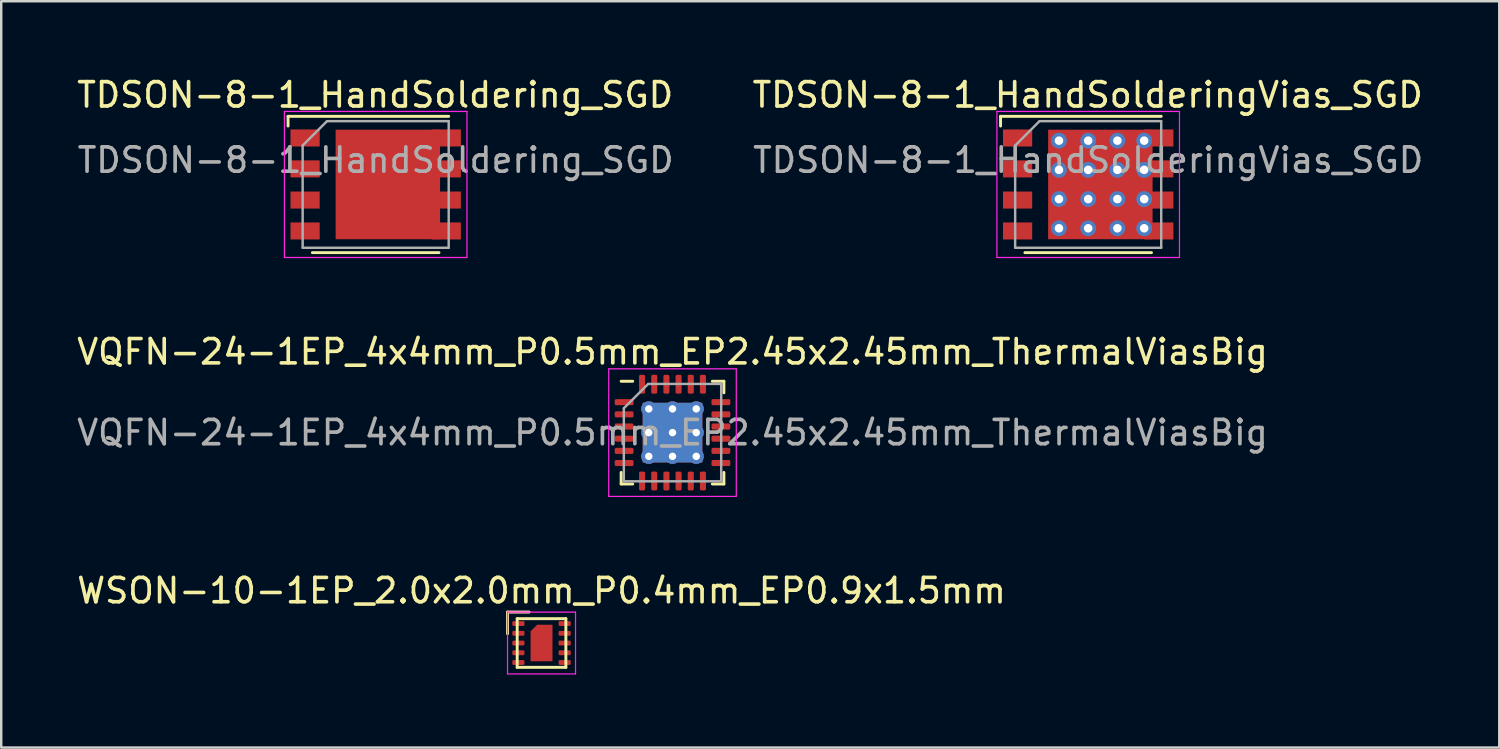
<source format=kicad_pcb>
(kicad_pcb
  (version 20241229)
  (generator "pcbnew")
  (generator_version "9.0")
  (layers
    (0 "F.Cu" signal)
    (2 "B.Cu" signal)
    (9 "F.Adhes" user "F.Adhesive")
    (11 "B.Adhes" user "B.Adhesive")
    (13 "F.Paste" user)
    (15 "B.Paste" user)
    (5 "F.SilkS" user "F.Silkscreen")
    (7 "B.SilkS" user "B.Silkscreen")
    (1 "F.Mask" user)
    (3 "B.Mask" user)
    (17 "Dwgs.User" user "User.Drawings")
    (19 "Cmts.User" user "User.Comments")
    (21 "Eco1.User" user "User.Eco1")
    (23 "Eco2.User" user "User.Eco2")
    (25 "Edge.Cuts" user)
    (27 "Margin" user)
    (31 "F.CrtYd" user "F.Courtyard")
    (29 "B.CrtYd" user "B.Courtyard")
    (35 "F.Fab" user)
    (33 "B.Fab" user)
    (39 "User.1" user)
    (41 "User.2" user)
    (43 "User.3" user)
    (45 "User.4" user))
  (footprint "VQFN-24-1EP_4x4mm_P0.5mm_EP2.45x2.45mm_ThermalViasBig"
    (layer "F.Cu")
    (at 24.577 14.722)
    (property "Reference" "VQFN-24-1EP_4x4mm_P0.5mm_EP2.45x2.45mm_ThermalViasBig" (at 0 -3.32 0) (layer "F.SilkS") (effects (font (size 1 1) (thickness 0.15))))
    (attr smd)
    (fp_line (start -2.11 2.11) (end -2.11 1.635) (stroke (width 0.12) (type solid)) (layer "F.SilkS"))
    (fp_line (start -1.635 -2.11) (end -2.11 -2.11) (stroke (width 0.12) (type solid)) (layer "F.SilkS"))
    (fp_line (start -1.635 2.11) (end -2.11 2.11) (stroke (width 0.12) (type solid)) (layer "F.SilkS"))
    (fp_line (start 1.635 -2.11) (end 2.11 -2.11) (stroke (width 0.12) (type solid)) (layer "F.SilkS"))
    (fp_line (start 1.635 2.11) (end 2.11 2.11) (stroke (width 0.12) (type solid)) (layer "F.SilkS"))
    (fp_line (start 2.11 -2.11) (end 2.11 -1.635) (stroke (width 0.12) (type solid)) (layer "F.SilkS"))
    (fp_line (start 2.11 2.11) (end 2.11 1.635) (stroke (width 0.12) (type solid)) (layer "F.SilkS"))
    (fp_line (start -2.62 -2.62) (end -2.62 2.62) (stroke (width 0.05) (type solid)) (layer "F.CrtYd"))
    (fp_line (start -2.62 2.62) (end 2.62 2.62) (stroke (width 0.05) (type solid)) (layer "F.CrtYd"))
    (fp_line (start 2.62 -2.62) (end -2.62 -2.62) (stroke (width 0.05) (type solid)) (layer "F.CrtYd"))
    (fp_line (start 2.62 2.62) (end 2.62 -2.62) (stroke (width 0.05) (type solid)) (layer "F.CrtYd"))
    (fp_line (start -2 -1) (end -1 -2) (stroke (width 0.1) (type solid)) (layer "F.Fab"))
    (fp_line (start -2 2) (end -2 -1) (stroke (width 0.1) (type solid)) (layer "F.Fab"))
    (fp_line (start -1 -2) (end 2 -2) (stroke (width 0.1) (type solid)) (layer "F.Fab"))
    (fp_line (start 2 -2) (end 2 2) (stroke (width 0.1) (type solid)) (layer "F.Fab"))
    (fp_line (start 2 2) (end -2 2) (stroke (width 0.1) (type solid)) (layer "F.Fab"))
    (fp_text user "${REFERENCE}" (at 0 0 0) (layer "F.Fab") (effects (font (size 1 1) (thickness 0.15))))
    (pad "" smd custom (at -0.487 -0.487) (size 0.756 0.756) (layers "F.Paste") (options (anchor circle)) (primitives (gr_poly (pts (xy 0.301 -0.175) (xy 0.301 0.175) (xy 0.175 0.301) (xy -0.175 0.301) (xy -0.301 0.175) (xy -0.301 -0.175) (xy -0.175 -0.301) (xy 0.175 -0.301)) (width 0.306) (fill yes))))
    (pad "" smd custom (at -0.487 0.487) (size 0.756 0.756) (layers "F.Paste") (options (anchor circle)) (primitives (gr_poly (pts (xy 0.301 -0.175) (xy 0.301 0.175) (xy 0.175 0.301) (xy -0.175 0.301) (xy -0.301 0.175) (xy -0.301 -0.175) (xy -0.175 -0.301) (xy 0.175 -0.301)) (width 0.306) (fill yes))))
    (pad "" smd custom (at 0.487 -0.487) (size 0.756 0.756) (layers "F.Paste") (options (anchor circle)) (primitives (gr_poly (pts (xy 0.301 -0.175) (xy 0.301 0.175) (xy 0.175 0.301) (xy -0.175 0.301) (xy -0.301 0.175) (xy -0.301 -0.175) (xy -0.175 -0.301) (xy 0.175 -0.301)) (width 0.306) (fill yes))))
    (pad "" smd custom (at 0.487 0.487) (size 0.756 0.756) (layers "F.Paste") (options (anchor circle)) (primitives (gr_poly (pts (xy 0.301 -0.175) (xy 0.301 0.175) (xy 0.175 0.301) (xy -0.175 0.301) (xy -0.301 0.175) (xy -0.301 -0.175) (xy -0.175 -0.301) (xy 0.175 -0.301)) (width 0.306) (fill yes))))
    (pad "1" smd roundrect (at -1.988 -1.25) (size 0.775 0.25) (layers "F.Cu" "F.Mask" "F.Paste") (roundrect_rratio 0.25))
    (pad "2" smd roundrect (at -1.988 -0.75) (size 0.775 0.25) (layers "F.Cu" "F.Mask" "F.Paste") (roundrect_rratio 0.25))
    (pad "3" smd roundrect (at -1.988 -0.25) (size 0.775 0.25) (layers "F.Cu" "F.Mask" "F.Paste") (roundrect_rratio 0.25))
    (pad "4" smd roundrect (at -1.988 0.25) (size 0.775 0.25) (layers "F.Cu" "F.Mask" "F.Paste") (roundrect_rratio 0.25))
    (pad "5" smd roundrect (at -1.988 0.75) (size 0.775 0.25) (layers "F.Cu" "F.Mask" "F.Paste") (roundrect_rratio 0.25))
    (pad "6" smd roundrect (at -1.988 1.25) (size 0.775 0.25) (layers "F.Cu" "F.Mask" "F.Paste") (roundrect_rratio 0.25))
    (pad "7" smd roundrect (at -1.25 1.988) (size 0.25 0.775) (layers "F.Cu" "F.Mask" "F.Paste") (roundrect_rratio 0.25))
    (pad "8" smd roundrect (at -0.75 1.988) (size 0.25 0.775) (layers "F.Cu" "F.Mask" "F.Paste") (roundrect_rratio 0.25))
    (pad "9" smd roundrect (at -0.25 1.988) (size 0.25 0.775) (layers "F.Cu" "F.Mask" "F.Paste") (roundrect_rratio 0.25))
    (pad "10" smd roundrect (at 0.25 1.988) (size 0.25 0.775) (layers "F.Cu" "F.Mask" "F.Paste") (roundrect_rratio 0.25))
    (pad "11" smd roundrect (at 0.75 1.988) (size 0.25 0.775) (layers "F.Cu" "F.Mask" "F.Paste") (roundrect_rratio 0.25))
    (pad "12" smd roundrect (at 1.25 1.988) (size 0.25 0.775) (layers "F.Cu" "F.Mask" "F.Paste") (roundrect_rratio 0.25))
    (pad "13" smd roundrect (at 1.988 1.25) (size 0.775 0.25) (layers "F.Cu" "F.Mask" "F.Paste") (roundrect_rratio 0.25))
    (pad "14" smd roundrect (at 1.988 0.75) (size 0.775 0.25) (layers "F.Cu" "F.Mask" "F.Paste") (roundrect_rratio 0.25))
    (pad "15" smd roundrect (at 1.988 0.25) (size 0.775 0.25) (layers "F.Cu" "F.Mask" "F.Paste") (roundrect_rratio 0.25))
    (pad "16" smd roundrect (at 1.988 -0.25) (size 0.775 0.25) (layers "F.Cu" "F.Mask" "F.Paste") (roundrect_rratio 0.25))
    (pad "17" smd roundrect (at 1.988 -0.75) (size 0.775 0.25) (layers "F.Cu" "F.Mask" "F.Paste") (roundrect_rratio 0.25))
    (pad "18" smd roundrect (at 1.988 -1.25) (size 0.775 0.25) (layers "F.Cu" "F.Mask" "F.Paste") (roundrect_rratio 0.25))
    (pad "19" smd roundrect (at 1.25 -1.988) (size 0.25 0.775) (layers "F.Cu" "F.Mask" "F.Paste") (roundrect_rratio 0.25))
    (pad "20" smd roundrect (at 0.75 -1.988) (size 0.25 0.775) (layers "F.Cu" "F.Mask" "F.Paste") (roundrect_rratio 0.25))
    (pad "21" smd roundrect (at 0.25 -1.988) (size 0.25 0.775) (layers "F.Cu" "F.Mask" "F.Paste") (roundrect_rratio 0.25))
    (pad "22" smd roundrect (at -0.25 -1.988) (size 0.25 0.775) (layers "F.Cu" "F.Mask" "F.Paste") (roundrect_rratio 0.25))
    (pad "23" smd roundrect (at -0.75 -1.988) (size 0.25 0.775) (layers "F.Cu" "F.Mask" "F.Paste") (roundrect_rratio 0.25))
    (pad "24" smd roundrect (at -1.25 -1.988) (size 0.25 0.775) (layers "F.Cu" "F.Mask" "F.Paste") (roundrect_rratio 0.25))
    (pad "25" thru_hole circle (at -0.975 -0.975) (size 0.625 0.625) (drill 0.305) (layers "*.Cu"))
    (pad "25" thru_hole circle (at -0.975 0) (size 0.625 0.625) (drill 0.305) (layers "*.Cu"))
    (pad "25" thru_hole circle (at -0.975 0.975) (size 0.625 0.625) (drill 0.305) (layers "*.Cu"))
    (pad "25" thru_hole circle (at 0 -0.975) (size 0.625 0.625) (drill 0.305) (layers "*.Cu"))
    (pad "25" thru_hole circle (at 0 0) (size 0.625 0.625) (drill 0.305) (layers "*.Cu"))
    (pad "25" smd rect (at 0 0) (size 2.45 2.45) (layers "F.Cu" "F.Mask"))
    (pad "25" smd rect (at 0 0) (size 2.45 2.45) (layers "B.Cu"))
    (pad "25" thru_hole circle (at 0 0.975) (size 0.625 0.625) (drill 0.305) (layers "*.Cu"))
    (pad "25" thru_hole circle (at 0.975 -0.975) (size 0.625 0.625) (drill 0.305) (layers "*.Cu"))
    (pad "25" thru_hole circle (at 0.975 0) (size 0.625 0.625) (drill 0.305) (layers "*.Cu"))
    (pad "25" thru_hole circle (at 0.975 0.975) (size 0.625 0.625) (drill 0.305) (layers "*.Cu")))
  (footprint "TDSON-8-1_HandSolderingVias_SGD"
    (layer "F.Cu")
    (at 41.653 4.528)
    (property "Reference" "TDSON-8-1_HandSolderingVias_SGD" (at -0.02 -3.68 0) (layer "F.SilkS") (effects (font (size 1 1) (thickness 0.15))))
    (attr smd)
    (fp_line (start -3.6 -2.8) (end -3.6 -2.4) (stroke (width 0.12) (type solid)) (layer "F.SilkS"))
    (fp_line (start 2.6 2.8) (end -2.6 2.8) (stroke (width 0.12) (type solid)) (layer "F.SilkS"))
    (fp_line (start 3 -2.8) (end -3.6 -2.8) (stroke (width 0.12) (type solid)) (layer "F.SilkS"))
    (fp_line (start -3.75 -3) (end -3.75 3) (stroke (width 0.05) (type solid)) (layer "F.CrtYd"))
    (fp_line (start -3.75 3) (end 3.75 3) (stroke (width 0.05) (type solid)) (layer "F.CrtYd"))
    (fp_line (start 3.75 -3) (end -3.75 -3) (stroke (width 0.05) (type solid)) (layer "F.CrtYd"))
    (fp_line (start 3.75 3) (end 3.75 -3) (stroke (width 0.05) (type solid)) (layer "F.CrtYd"))
    (fp_line (start -3 2.6) (end -3 -1.6) (stroke (width 0.1) (type solid)) (layer "F.Fab"))
    (fp_line (start -2 -2.6) (end -3 -1.6) (stroke (width 0.1) (type solid)) (layer "F.Fab"))
    (fp_line (start -2 -2.6) (end 3 -2.6) (stroke (width 0.1) (type solid)) (layer "F.Fab"))
    (fp_line (start 3 -2.6) (end 3 2.6) (stroke (width 0.1) (type solid)) (layer "F.Fab"))
    (fp_line (start 3 2.6) (end -3 2.6) (stroke (width 0.1) (type solid)) (layer "F.Fab"))
    (fp_text user "${REFERENCE}" (at 0 -1 0) (layer "F.Fab") (effects (font (size 1 1) (thickness 0.15))))
    (pad "" smd rect (at -0.75 -1.09 270) (size 1.55 1.2) (layers "F.Paste"))
    (pad "" smd rect (at -0.75 1.09 270) (size 1.55 1.2) (layers "F.Paste"))
    (pad "" smd rect (at 1.25 -1.09 270) (size 1.55 1.6) (layers "F.Paste"))
    (pad "" smd rect (at 1.25 1.09 270) (size 1.55 1.6) (layers "F.Paste"))
    (pad "1" smd rect (at -2.9 -1.91 270) (size 0.7 1.2) (layers "F.Cu" "F.Mask" "F.Paste"))
    (pad "1" smd rect (at -2.9 -0.64 270) (size 0.7 1.2) (layers "F.Cu" "F.Mask" "F.Paste"))
    (pad "1" smd rect (at -2.9 0.64 270) (size 0.7 1.2) (layers "F.Cu" "F.Mask" "F.Paste"))
    (pad "2" smd rect (at -2.9 1.91 270) (size 0.7 1.2) (layers "F.Cu" "F.Mask" "F.Paste"))
    (pad "3" thru_hole circle (at -1.2 -1.8) (size 0.65 0.65) (drill 0.35) (layers "*.Cu" "*.Mask"))
    (pad "3" thru_hole circle (at -1.2 -0.6) (size 0.65 0.65) (drill 0.35) (layers "*.Cu" "*.Mask"))
    (pad "3" thru_hole circle (at -1.2 0.6) (size 0.65 0.65) (drill 0.35) (layers "*.Cu" "*.Mask"))
    (pad "3" thru_hole circle (at -1.2 1.8) (size 0.65 0.65) (drill 0.35) (layers "*.Cu" "*.Mask"))
    (pad "3" thru_hole circle (at 0 -1.8) (size 0.65 0.65) (drill 0.35) (layers "*.Cu" "*.Mask"))
    (pad "3" thru_hole circle (at 0 -0.6) (size 0.65 0.65) (drill 0.35) (layers "*.Cu" "*.Mask"))
    (pad "3" thru_hole circle (at 0 0.6) (size 0.65 0.65) (drill 0.35) (layers "*.Cu" "*.Mask"))
    (pad "3" thru_hole circle (at 0 1.8) (size 0.65 0.65) (drill 0.35) (layers "*.Cu" "*.Mask"))
    (pad "3" smd rect (at 0.5 0 270) (size 4.5 4.29) (layers "F.Cu" "F.Mask"))
    (pad "3" thru_hole circle (at 1.2 -1.8) (size 0.65 0.65) (drill 0.35) (layers "*.Cu" "*.Mask"))
    (pad "3" thru_hole circle (at 1.2 -0.6) (size 0.65 0.65) (drill 0.35) (layers "*.Cu" "*.Mask"))
    (pad "3" thru_hole circle (at 1.2 0.6) (size 0.65 0.65) (drill 0.35) (layers "*.Cu" "*.Mask"))
    (pad "3" thru_hole circle (at 1.2 1.8) (size 0.65 0.65) (drill 0.35) (layers "*.Cu" "*.Mask"))
    (pad "3" thru_hole circle (at 2.3 -1.8) (size 0.65 0.65) (drill 0.35) (layers "*.Cu" "*.Mask"))
    (pad "3" thru_hole circle (at 2.3 -0.6) (size 0.65 0.65) (drill 0.35) (layers "*.Cu" "*.Mask"))
    (pad "3" thru_hole circle (at 2.3 0.6) (size 0.65 0.65) (drill 0.35) (layers "*.Cu" "*.Mask"))
    (pad "3" thru_hole circle (at 2.3 1.8) (size 0.65 0.65) (drill 0.35) (layers "*.Cu" "*.Mask"))
    (pad "3" smd rect (at 2.9 -1.91 270) (size 0.7 1.2) (layers "F.Cu" "F.Mask" "F.Paste"))
    (pad "3" smd rect (at 2.9 -0.64 270) (size 0.7 1.2) (layers "F.Cu" "F.Mask" "F.Paste"))
    (pad "3" smd rect (at 2.9 0.64 270) (size 0.7 1.2) (layers "F.Cu" "F.Mask" "F.Paste"))
    (pad "3" smd rect (at 2.9 1.91 270) (size 0.7 1.2) (layers "F.Cu" "F.Mask" "F.Paste")))
  (footprint "TDSON-8-1_HandSoldering_SGD"
    (layer "F.Cu")
    (at 12.383 4.528)
    (property "Reference" "TDSON-8-1_HandSoldering_SGD" (at -0.02 -3.68 0) (layer "F.SilkS") (effects (font (size 1 1) (thickness 0.15))))
    (attr smd)
    (fp_line (start -3.6 -2.8) (end -3.6 -2.4) (stroke (width 0.12) (type solid)) (layer "F.SilkS"))
    (fp_line (start 2.6 2.8) (end -2.6 2.8) (stroke (width 0.12) (type solid)) (layer "F.SilkS"))
    (fp_line (start 3 -2.8) (end -3.6 -2.8) (stroke (width 0.12) (type solid)) (layer "F.SilkS"))
    (fp_line (start -3.75 -3) (end -3.75 3) (stroke (width 0.05) (type solid)) (layer "F.CrtYd"))
    (fp_line (start -3.75 3) (end 3.75 3) (stroke (width 0.05) (type solid)) (layer "F.CrtYd"))
    (fp_line (start 3.75 -3) (end -3.75 -3) (stroke (width 0.05) (type solid)) (layer "F.CrtYd"))
    (fp_line (start 3.75 3) (end 3.75 -3) (stroke (width 0.05) (type solid)) (layer "F.CrtYd"))
    (fp_line (start -3 2.6) (end -3 -1.6) (stroke (width 0.1) (type solid)) (layer "F.Fab"))
    (fp_line (start -2 -2.6) (end -3 -1.6) (stroke (width 0.1) (type solid)) (layer "F.Fab"))
    (fp_line (start -2 -2.6) (end 3 -2.6) (stroke (width 0.1) (type solid)) (layer "F.Fab"))
    (fp_line (start 3 -2.6) (end 3 2.6) (stroke (width 0.1) (type solid)) (layer "F.Fab"))
    (fp_line (start 3 2.6) (end -3 2.6) (stroke (width 0.1) (type solid)) (layer "F.Fab"))
    (fp_text user "${REFERENCE}" (at 0 -1 0) (layer "F.Fab") (effects (font (size 1 1) (thickness 0.15))))
    (pad "" smd rect (at -0.75 -1.09 270) (size 1.55 1.2) (layers "F.Paste"))
    (pad "" smd rect (at -0.75 1.09 270) (size 1.55 1.2) (layers "F.Paste"))
    (pad "" smd rect (at 1.25 -1.09 270) (size 1.55 1.6) (layers "F.Paste"))
    (pad "" smd rect (at 1.25 1.09 270) (size 1.55 1.6) (layers "F.Paste"))
    (pad "1" smd rect (at -2.9 -1.91 270) (size 0.7 1.2) (layers "F.Cu" "F.Mask" "F.Paste"))
    (pad "1" smd rect (at -2.9 -0.64 270) (size 0.7 1.2) (layers "F.Cu" "F.Mask" "F.Paste"))
    (pad "1" smd rect (at -2.9 0.64 270) (size 0.7 1.2) (layers "F.Cu" "F.Mask" "F.Paste"))
    (pad "2" smd rect (at -2.9 1.91 270) (size 0.7 1.2) (layers "F.Cu" "F.Mask" "F.Paste"))
    (pad "3" smd rect (at 0.5 0 270) (size 4.5 4.29) (layers "F.Cu" "F.Mask"))
    (pad "3" smd rect (at 2.9 -1.91 270) (size 0.7 1.2) (layers "F.Cu" "F.Mask" "F.Paste"))
    (pad "3" smd rect (at 2.9 -0.64 270) (size 0.7 1.2) (layers "F.Cu" "F.Mask" "F.Paste"))
    (pad "3" smd rect (at 2.9 0.64 270) (size 0.7 1.2) (layers "F.Cu" "F.Mask" "F.Paste"))
    (pad "3" smd rect (at 2.9 1.91 270) (size 0.7 1.2) (layers "F.Cu" "F.Mask" "F.Paste")))
  (footprint "WSON-10-1EP_2.0x2.0mm_P0.4mm_EP0.9x1.5mm"
    (layer "F.Cu")
    (at 19.196 23.365)
    (property "Reference" "WSON-10-1EP_2.0x2.0mm_P0.4mm_EP0.9x1.5mm" (at 0 -2.15 0) (layer "F.SilkS") (effects (font (size 1 1) (thickness 0.15))))
    (attr smd)
    (fp_line (start -1.397 -1.27) (end -1.397 -0.381) (stroke (width 0.12) (type solid)) (layer "F.SilkS"))
    (fp_line (start -0.508 -1.27) (end -1.397 -1.27) (stroke (width 0.12) (type solid)) (layer "F.SilkS"))
    (fp_rect (start -1 -1) (end 1 -1) (stroke (width 0.12) (type solid)) (fill no) (layer "F.SilkS"))
    (fp_rect (start -1 1) (end -1 -1) (stroke (width 0.12) (type solid)) (fill no) (layer "F.SilkS"))
    (fp_rect (start 1 -1) (end 1 1) (stroke (width 0.12) (type solid)) (fill no) (layer "F.SilkS"))
    (fp_rect (start 1 1) (end -1 1) (stroke (width 0.12) (type solid)) (fill no) (layer "F.SilkS"))
    (fp_line (start -1.397 -1.27) (end 1.397 -1.27) (stroke (width 0.05) (type solid)) (layer "F.CrtYd"))
    (fp_line (start -1.397 1.27) (end -1.397 -1.27) (stroke (width 0.05) (type solid)) (layer "F.CrtYd"))
    (fp_line (start 1.397 -1.27) (end 1.397 1.27) (stroke (width 0.05) (type solid)) (layer "F.CrtYd"))
    (fp_line (start 1.397 1.27) (end -1.397 1.27) (stroke (width 0.05) (type solid)) (layer "F.CrtYd"))
    (pad "1" smd roundrect (at -0.95 -0.8) (size 0.5 0.2) (layers "F.Cu" "F.Mask" "F.Paste") (roundrect_rratio 0.25))
    (pad "2" smd roundrect (at -0.95 -0.4) (size 0.5 0.2) (layers "F.Cu" "F.Mask" "F.Paste") (roundrect_rratio 0.25))
    (pad "3" smd roundrect (at -0.95 0) (size 0.5 0.2) (layers "F.Cu" "F.Mask" "F.Paste") (roundrect_rratio 0.25))
    (pad "4" smd roundrect (at -0.95 0.4) (size 0.5 0.2) (layers "F.Cu" "F.Mask" "F.Paste") (roundrect_rratio 0.25))
    (pad "5" smd roundrect (at -0.95 0.8) (size 0.5 0.2) (layers "F.Cu" "F.Mask" "F.Paste") (roundrect_rratio 0.25))
    (pad "6" smd roundrect (at 0.95 0.8) (size 0.5 0.2) (layers "F.Cu" "F.Mask" "F.Paste") (roundrect_rratio 0.25))
    (pad "7" smd roundrect (at 0.95 0.4) (size 0.5 0.2) (layers "F.Cu" "F.Mask" "F.Paste") (roundrect_rratio 0.25))
    (pad "8" smd roundrect (at 0.95 0) (size 0.5 0.2) (layers "F.Cu" "F.Mask" "F.Paste") (roundrect_rratio 0.25))
    (pad "9" smd roundrect (at 0.95 -0.4) (size 0.5 0.2) (layers "F.Cu" "F.Mask" "F.Paste") (roundrect_rratio 0.25))
    (pad "10" smd roundrect (at 0.95 -0.8) (size 0.5 0.2) (layers "F.Cu" "F.Mask" "F.Paste") (roundrect_rratio 0.25))
    (pad "11" smd roundrect (at 0 0) (size 0.9 1.5) (layers "F.Cu" "F.Mask") (roundrect_rratio 0) (chamfer_ratio 0.3) (chamfer top_left)))
  (gr_rect
    (start -3 -3)
    (end 58.54 27.66)
    (stroke (width 0.1) (type default))
    (fill no)
    (layer "Edge.Cuts")))
</source>
